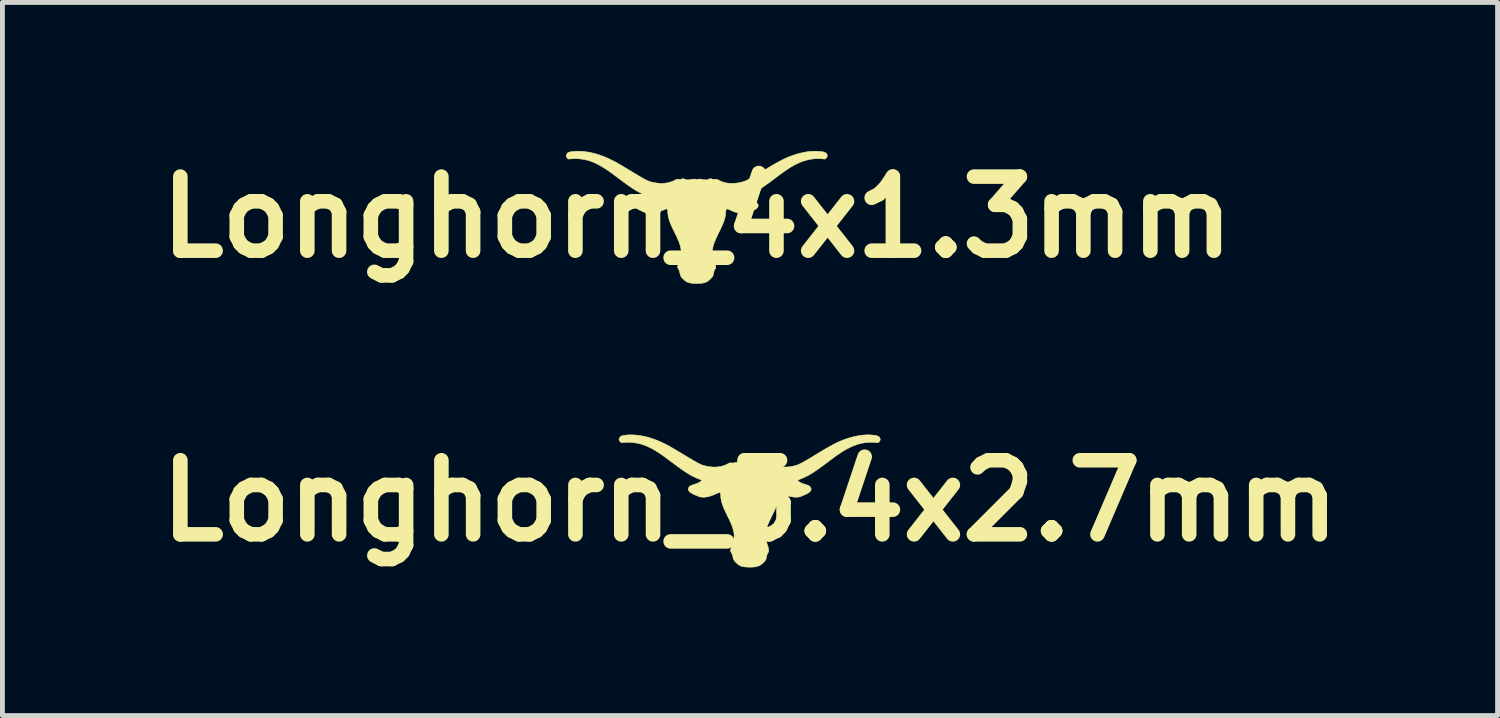
<source format=kicad_pcb>
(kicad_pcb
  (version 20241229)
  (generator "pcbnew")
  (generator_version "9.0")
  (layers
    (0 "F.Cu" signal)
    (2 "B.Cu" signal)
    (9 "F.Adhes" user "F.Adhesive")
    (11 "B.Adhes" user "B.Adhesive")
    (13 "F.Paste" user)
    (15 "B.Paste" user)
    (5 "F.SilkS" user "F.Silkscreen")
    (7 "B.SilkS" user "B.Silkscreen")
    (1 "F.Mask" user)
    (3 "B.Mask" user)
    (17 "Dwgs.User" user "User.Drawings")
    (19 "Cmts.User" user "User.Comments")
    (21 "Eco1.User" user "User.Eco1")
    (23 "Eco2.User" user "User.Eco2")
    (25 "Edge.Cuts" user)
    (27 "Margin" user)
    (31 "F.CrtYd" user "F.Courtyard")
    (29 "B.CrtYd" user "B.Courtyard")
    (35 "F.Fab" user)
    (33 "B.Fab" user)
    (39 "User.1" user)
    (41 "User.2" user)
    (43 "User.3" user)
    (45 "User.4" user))
  (footprint "Longhorn_5.4x2.7mm"
    (layer "F.Cu")
    (at 12.381 7.254)
    (property "Reference" "Longhorn_5.4x2.7mm" (at 0 0 0) (layer "F.SilkS") (effects (font (size 1.524 1.524) (thickness 0.3))))
    (attr through_hole)
    (fp_poly (pts (xy -2.409 -1.357) (xy -2.311 -1.35) (xy -2.213 -1.334) (xy -2.113 -1.312) (xy -2.013 -1.282) (xy -1.91 -1.244) (xy -1.806 -1.198) (xy -1.699 -1.145) (xy -1.656 -1.122) (xy -1.639 -1.112) (xy -1.621 -1.101) (xy -1.6 -1.089) (xy -1.576 -1.075) (xy -1.549 -1.059) (xy -1.517 -1.041) (xy -1.482 -1.019) (xy -1.441 -0.995) (xy -1.395 -0.967) (xy -1.343 -0.936) (xy -1.284 -0.9) (xy -1.274 -0.894) (xy -1.216 -0.86) (xy -1.165 -0.829) (xy -1.12 -0.804) (xy -1.082 -0.783) (xy -1.05 -0.766) (xy -1.024 -0.753) (xy -1.004 -0.744) (xy -0.947 -0.725) (xy -0.885 -0.711) (xy -0.82 -0.701) (xy -0.757 -0.695) (xy -0.707 -0.695) (xy -0.643 -0.701) (xy -0.584 -0.712) (xy -0.529 -0.728) (xy -0.474 -0.752) (xy -0.459 -0.76) (xy -0.421 -0.78) (xy -0.377 -0.779) (xy -0.355 -0.778) (xy -0.339 -0.779) (xy -0.328 -0.781) (xy -0.32 -0.784) (xy -0.32 -0.785) (xy -0.3 -0.791) (xy -0.277 -0.79) (xy -0.252 -0.781) (xy -0.25 -0.781) (xy -0.227 -0.772) (xy -0.204 -0.768) (xy -0.179 -0.768) (xy -0.149 -0.772) (xy -0.135 -0.775) (xy -0.099 -0.781) (xy -0.068 -0.784) (xy -0.042 -0.783) (xy -0.022 -0.778) (xy -0.021 -0.778) (xy -0.01 -0.774) (xy -0.001 -0.775) (xy 0.008 -0.778) (xy 0.028 -0.783) (xy 0.054 -0.784) (xy 0.085 -0.781) (xy 0.121 -0.775) (xy 0.122 -0.775) (xy 0.155 -0.769) (xy 0.183 -0.767) (xy 0.207 -0.77) (xy 0.228 -0.777) (xy 0.236 -0.781) (xy 0.261 -0.79) (xy 0.285 -0.791) (xy 0.306 -0.785) (xy 0.306 -0.784) (xy 0.315 -0.781) (xy 0.326 -0.779) (xy 0.341 -0.778) (xy 0.363 -0.778) (xy 0.364 -0.778) (xy 0.409 -0.78) (xy 0.453 -0.756) (xy 0.502 -0.734) (xy 0.55 -0.717) (xy 0.6 -0.705) (xy 0.655 -0.698) (xy 0.69 -0.696) (xy 0.753 -0.696) (xy 0.82 -0.702) (xy 0.886 -0.713) (xy 0.95 -0.73) (xy 0.959 -0.733) (xy 0.976 -0.739) (xy 0.995 -0.747) (xy 1.016 -0.756) (xy 1.04 -0.768) (xy 1.067 -0.782) (xy 1.097 -0.798) (xy 1.132 -0.818) (xy 1.171 -0.84) (xy 1.216 -0.867) (xy 1.266 -0.897) (xy 1.323 -0.931) (xy 1.361 -0.955) (xy 1.434 -0.999) (xy 1.501 -1.039) (xy 1.563 -1.075) (xy 1.619 -1.107) (xy 1.671 -1.136) (xy 1.719 -1.162) (xy 1.764 -1.185) (xy 1.806 -1.205) (xy 1.847 -1.224) (xy 1.886 -1.24) (xy 1.973 -1.273) (xy 2.06 -1.301) (xy 2.146 -1.323) (xy 2.231 -1.34) (xy 2.314 -1.352) (xy 2.395 -1.357) (xy 2.471 -1.357) (xy 2.543 -1.351) (xy 2.591 -1.344) (xy 2.616 -1.337) (xy 2.635 -1.33) (xy 2.65 -1.321) (xy 2.662 -1.308) (xy 2.666 -1.302) (xy 2.677 -1.28) (xy 2.679 -1.259) (xy 2.673 -1.237) (xy 2.658 -1.217) (xy 2.645 -1.205) (xy 2.635 -1.197) (xy 2.625 -1.195) (xy 2.614 -1.196) (xy 2.604 -1.197) (xy 2.587 -1.199) (xy 2.566 -1.201) (xy 2.543 -1.202) (xy 2.541 -1.203) (xy 2.46 -1.204) (xy 2.378 -1.198) (xy 2.294 -1.183) (xy 2.21 -1.161) (xy 2.127 -1.131) (xy 2.043 -1.093) (xy 2.026 -1.084) (xy 1.995 -1.068) (xy 1.966 -1.052) (xy 1.936 -1.034) (xy 1.906 -1.016) (xy 1.875 -0.996) (xy 1.842 -0.974) (xy 1.806 -0.949) (xy 1.766 -0.921) (xy 1.723 -0.89) (xy 1.674 -0.854) (xy 1.621 -0.814) (xy 1.577 -0.781) (xy 1.51 -0.731) (xy 1.449 -0.687) (xy 1.393 -0.647) (xy 1.341 -0.611) (xy 1.293 -0.58) (xy 1.248 -0.552) (xy 1.206 -0.527) (xy 1.165 -0.505) (xy 1.125 -0.486) (xy 1.085 -0.468) (xy 1.045 -0.452) (xy 1.032 -0.446) (xy 1.012 -0.439) (xy 0.996 -0.432) (xy 0.984 -0.426) (xy 0.978 -0.423) (xy 0.978 -0.423) (xy 0.981 -0.418) (xy 0.99 -0.41) (xy 1.002 -0.4) (xy 1.017 -0.389) (xy 1.032 -0.379) (xy 1.042 -0.373) (xy 1.055 -0.367) (xy 1.073 -0.36) (xy 1.095 -0.352) (xy 1.118 -0.344) (xy 1.124 -0.343) (xy 1.158 -0.332) (xy 1.185 -0.322) (xy 1.206 -0.313) (xy 1.221 -0.304) (xy 1.234 -0.293) (xy 1.243 -0.281) (xy 1.249 -0.27) (xy 1.257 -0.249) (xy 1.257 -0.229) (xy 1.249 -0.21) (xy 1.234 -0.189) (xy 1.227 -0.182) (xy 1.216 -0.173) (xy 1.202 -0.163) (xy 1.184 -0.153) (xy 1.161 -0.141) (xy 1.133 -0.127) (xy 1.1 -0.113) (xy 1.069 -0.099) (xy 1.043 -0.089) (xy 1.02 -0.083) (xy 0.999 -0.078) (xy 0.977 -0.076) (xy 0.953 -0.075) (xy 0.942 -0.075) (xy 0.894 -0.078) (xy 0.844 -0.086) (xy 0.792 -0.101) (xy 0.737 -0.121) (xy 0.686 -0.144) (xy 0.661 -0.156) (xy 0.642 -0.164) (xy 0.628 -0.168) (xy 0.617 -0.169) (xy 0.608 -0.166) (xy 0.603 -0.163) (xy 0.598 -0.159) (xy 0.596 -0.153) (xy 0.594 -0.143) (xy 0.592 -0.128) (xy 0.591 -0.113) (xy 0.588 -0.075) (xy 0.583 -0.04) (xy 0.577 -0.005) (xy 0.569 0.03) (xy 0.558 0.065) (xy 0.545 0.103) (xy 0.529 0.143) (xy 0.509 0.188) (xy 0.486 0.237) (xy 0.459 0.293) (xy 0.455 0.3) (xy 0.425 0.361) (xy 0.4 0.416) (xy 0.378 0.465) (xy 0.36 0.509) (xy 0.345 0.549) (xy 0.334 0.587) (xy 0.325 0.621) (xy 0.319 0.654) (xy 0.315 0.687) (xy 0.314 0.696) (xy 0.314 0.719) (xy 0.315 0.742) (xy 0.319 0.767) (xy 0.325 0.794) (xy 0.333 0.826) (xy 0.345 0.864) (xy 0.347 0.87) (xy 0.36 0.911) (xy 0.371 0.945) (xy 0.378 0.973) (xy 0.383 0.996) (xy 0.385 1.015) (xy 0.385 1.03) (xy 0.382 1.044) (xy 0.378 1.056) (xy 0.371 1.067) (xy 0.37 1.067) (xy 0.36 1.084) (xy 0.352 1.103) (xy 0.345 1.126) (xy 0.339 1.154) (xy 0.336 1.168) (xy 0.332 1.188) (xy 0.327 1.204) (xy 0.32 1.218) (xy 0.309 1.234) (xy 0.294 1.251) (xy 0.275 1.271) (xy 0.243 1.3) (xy 0.213 1.322) (xy 0.181 1.339) (xy 0.147 1.35) (xy 0.107 1.358) (xy 0.103 1.359) (xy 0.075 1.362) (xy 0.04 1.364) (xy 0.003 1.364) (xy -0.036 1.364) (xy -0.074 1.363) (xy -0.078 1.362) (xy -0.113 1.359) (xy -0.147 1.353) (xy -0.178 1.345) (xy -0.202 1.336) (xy -0.209 1.333) (xy -0.232 1.319) (xy -0.256 1.3) (xy -0.281 1.278) (xy -0.305 1.254) (xy -0.324 1.231) (xy -0.333 1.218) (xy -0.341 1.202) (xy -0.347 1.18) (xy -0.35 1.168) (xy -0.359 1.126) (xy -0.37 1.093) (xy -0.384 1.067) (xy -0.384 1.066) (xy -0.392 1.054) (xy -0.398 1.043) (xy -0.4 1.039) (xy -0.4 1.028) (xy -0.398 1.01) (xy -0.394 0.986) (xy -0.387 0.959) (xy -0.379 0.928) (xy -0.368 0.895) (xy -0.368 0.895) (xy -0.354 0.851) (xy -0.343 0.813) (xy -0.334 0.78) (xy -0.329 0.751) (xy -0.327 0.723) (xy -0.327 0.695) (xy -0.331 0.667) (xy -0.336 0.636) (xy -0.345 0.6) (xy -0.347 0.589) (xy -0.354 0.565) (xy -0.362 0.54) (xy -0.371 0.515) (xy -0.382 0.487) (xy -0.395 0.457) (xy -0.41 0.422) (xy -0.429 0.382) (xy -0.451 0.337) (xy -0.464 0.311) (xy -0.492 0.254) (xy -0.516 0.203) (xy -0.536 0.158) (xy -0.553 0.117) (xy -0.567 0.079) (xy -0.578 0.045) (xy -0.587 0.012) (xy -0.594 -0.02) (xy -0.599 -0.052) (xy -0.602 -0.085) (xy -0.604 -0.109) (xy -0.605 -0.13) (xy -0.607 -0.145) (xy -0.609 -0.154) (xy -0.611 -0.159) (xy -0.615 -0.163) (xy -0.615 -0.163) (xy -0.623 -0.167) (xy -0.632 -0.169) (xy -0.644 -0.167) (xy -0.659 -0.162) (xy -0.679 -0.153) (xy -0.7 -0.144) (xy -0.766 -0.115) (xy -0.828 -0.094) (xy -0.887 -0.08) (xy -0.943 -0.074) (xy -0.995 -0.076) (xy -1.031 -0.081) (xy -1.043 -0.085) (xy -1.062 -0.092) (xy -1.084 -0.101) (xy -1.11 -0.111) (xy -1.136 -0.123) (xy -1.162 -0.135) (xy -1.185 -0.146) (xy -1.195 -0.151) (xy -1.222 -0.168) (xy -1.245 -0.187) (xy -1.262 -0.208) (xy -1.267 -0.217) (xy -1.271 -0.227) (xy -1.273 -0.235) (xy -1.271 -0.245) (xy -1.268 -0.256) (xy -1.261 -0.274) (xy -1.25 -0.29) (xy -1.235 -0.303) (xy -1.214 -0.315) (xy -1.187 -0.326) (xy -1.153 -0.338) (xy -1.149 -0.339) (xy -1.122 -0.347) (xy -1.101 -0.354) (xy -1.084 -0.36) (xy -1.07 -0.367) (xy -1.055 -0.375) (xy -1.039 -0.385) (xy -1.034 -0.388) (xy -1.015 -0.401) (xy -1.002 -0.411) (xy -0.996 -0.418) (xy -0.997 -0.425) (xy -1.006 -0.431) (xy -1.022 -0.438) (xy -1.045 -0.446) (xy -1.083 -0.461) (xy -1.119 -0.477) (xy -1.156 -0.494) (xy -1.192 -0.512) (xy -1.23 -0.533) (xy -1.269 -0.556) (xy -1.31 -0.582) (xy -1.354 -0.611) (xy -1.402 -0.644) (xy -1.455 -0.681) (xy -1.512 -0.723) (xy -1.575 -0.77) (xy -1.587 -0.779) (xy -1.632 -0.812) (xy -1.67 -0.841) (xy -1.703 -0.866) (xy -1.732 -0.887) (xy -1.756 -0.905) (xy -1.778 -0.92) (xy -1.796 -0.934) (xy -1.813 -0.946) (xy -1.829 -0.957) (xy -1.845 -0.967) (xy -1.861 -0.978) (xy -1.877 -0.989) (xy -1.882 -0.992) (xy -1.961 -1.041) (xy -2.037 -1.084) (xy -2.111 -1.119) (xy -2.184 -1.148) (xy -2.256 -1.171) (xy -2.328 -1.187) (xy -2.401 -1.198) (xy -2.443 -1.202) (xy -2.478 -1.204) (xy -2.517 -1.204) (xy -2.557 -1.202) (xy -2.595 -1.2) (xy -2.627 -1.196) (xy -2.643 -1.196) (xy -2.658 -1.203) (xy -2.672 -1.217) (xy -2.683 -1.233) (xy -2.691 -1.247) (xy -2.695 -1.256) (xy -2.695 -1.264) (xy -2.693 -1.273) (xy -2.692 -1.276) (xy -2.685 -1.294) (xy -2.673 -1.311) (xy -2.66 -1.325) (xy -2.647 -1.333) (xy -2.625 -1.34) (xy -2.595 -1.346) (xy -2.561 -1.351) (xy -2.523 -1.355) (xy -2.484 -1.357) (xy -2.444 -1.358) (xy -2.409 -1.357)) (stroke (width 0.01) (type solid)) (fill yes) (layer "F.SilkS")))
  (footprint "Longhorn_4x1.3mm"
    (layer "F.Cu")
    (at 11.292 1.418)
    (property "Reference" "Longhorn_4x1.3mm" (at 0 0 0) (layer "F.SilkS") (effects (font (size 1.524 1.524) (thickness 0.3))))
    (attr through_hole)
    (fp_poly (pts (xy -2.409 -1.357) (xy -2.311 -1.35) (xy -2.213 -1.334) (xy -2.113 -1.312) (xy -2.013 -1.282) (xy -1.91 -1.244) (xy -1.806 -1.198) (xy -1.699 -1.145) (xy -1.656 -1.122) (xy -1.639 -1.112) (xy -1.621 -1.101) (xy -1.6 -1.089) (xy -1.576 -1.075) (xy -1.549 -1.059) (xy -1.517 -1.041) (xy -1.482 -1.019) (xy -1.441 -0.995) (xy -1.395 -0.967) (xy -1.343 -0.936) (xy -1.284 -0.9) (xy -1.274 -0.894) (xy -1.216 -0.86) (xy -1.165 -0.829) (xy -1.12 -0.804) (xy -1.082 -0.783) (xy -1.05 -0.766) (xy -1.024 -0.753) (xy -1.004 -0.744) (xy -0.947 -0.725) (xy -0.885 -0.711) (xy -0.82 -0.701) (xy -0.757 -0.695) (xy -0.707 -0.695) (xy -0.643 -0.701) (xy -0.584 -0.712) (xy -0.529 -0.728) (xy -0.474 -0.752) (xy -0.459 -0.76) (xy -0.421 -0.78) (xy -0.377 -0.779) (xy -0.355 -0.778) (xy -0.339 -0.779) (xy -0.328 -0.781) (xy -0.32 -0.784) (xy -0.32 -0.785) (xy -0.3 -0.791) (xy -0.277 -0.79) (xy -0.252 -0.781) (xy -0.25 -0.781) (xy -0.227 -0.772) (xy -0.204 -0.768) (xy -0.179 -0.768) (xy -0.149 -0.772) (xy -0.135 -0.775) (xy -0.099 -0.781) (xy -0.068 -0.784) (xy -0.042 -0.783) (xy -0.022 -0.778) (xy -0.021 -0.778) (xy -0.01 -0.774) (xy -0.001 -0.775) (xy 0.008 -0.778) (xy 0.028 -0.783) (xy 0.054 -0.784) (xy 0.085 -0.781) (xy 0.121 -0.775) (xy 0.122 -0.775) (xy 0.155 -0.769) (xy 0.183 -0.767) (xy 0.207 -0.77) (xy 0.228 -0.777) (xy 0.236 -0.781) (xy 0.261 -0.79) (xy 0.285 -0.791) (xy 0.306 -0.785) (xy 0.306 -0.784) (xy 0.315 -0.781) (xy 0.326 -0.779) (xy 0.341 -0.778) (xy 0.363 -0.778) (xy 0.364 -0.778) (xy 0.409 -0.78) (xy 0.453 -0.756) (xy 0.502 -0.734) (xy 0.55 -0.717) (xy 0.6 -0.705) (xy 0.655 -0.698) (xy 0.69 -0.696) (xy 0.753 -0.696) (xy 0.82 -0.702) (xy 0.886 -0.713) (xy 0.95 -0.73) (xy 0.959 -0.733) (xy 0.976 -0.739) (xy 0.995 -0.747) (xy 1.016 -0.756) (xy 1.04 -0.768) (xy 1.067 -0.782) (xy 1.097 -0.798) (xy 1.132 -0.818) (xy 1.171 -0.84) (xy 1.216 -0.867) (xy 1.266 -0.897) (xy 1.323 -0.931) (xy 1.361 -0.955) (xy 1.434 -0.999) (xy 1.501 -1.039) (xy 1.563 -1.075) (xy 1.619 -1.107) (xy 1.671 -1.136) (xy 1.719 -1.162) (xy 1.764 -1.185) (xy 1.806 -1.205) (xy 1.847 -1.224) (xy 1.886 -1.24) (xy 1.973 -1.273) (xy 2.06 -1.301) (xy 2.146 -1.323) (xy 2.231 -1.34) (xy 2.314 -1.352) (xy 2.395 -1.357) (xy 2.471 -1.357) (xy 2.543 -1.351) (xy 2.591 -1.344) (xy 2.616 -1.337) (xy 2.635 -1.33) (xy 2.65 -1.321) (xy 2.662 -1.308) (xy 2.666 -1.302) (xy 2.677 -1.28) (xy 2.679 -1.259) (xy 2.673 -1.237) (xy 2.658 -1.217) (xy 2.645 -1.205) (xy 2.635 -1.197) (xy 2.625 -1.195) (xy 2.614 -1.196) (xy 2.604 -1.197) (xy 2.587 -1.199) (xy 2.566 -1.201) (xy 2.543 -1.202) (xy 2.541 -1.203) (xy 2.46 -1.204) (xy 2.378 -1.198) (xy 2.294 -1.183) (xy 2.21 -1.161) (xy 2.127 -1.131) (xy 2.043 -1.093) (xy 2.026 -1.084) (xy 1.995 -1.068) (xy 1.966 -1.052) (xy 1.936 -1.034) (xy 1.906 -1.016) (xy 1.875 -0.996) (xy 1.842 -0.974) (xy 1.806 -0.949) (xy 1.766 -0.921) (xy 1.723 -0.89) (xy 1.674 -0.854) (xy 1.621 -0.814) (xy 1.577 -0.781) (xy 1.51 -0.731) (xy 1.449 -0.687) (xy 1.393 -0.647) (xy 1.341 -0.611) (xy 1.293 -0.58) (xy 1.248 -0.552) (xy 1.206 -0.527) (xy 1.165 -0.505) (xy 1.125 -0.486) (xy 1.085 -0.468) (xy 1.045 -0.452) (xy 1.032 -0.446) (xy 1.012 -0.439) (xy 0.996 -0.432) (xy 0.984 -0.426) (xy 0.978 -0.423) (xy 0.978 -0.423) (xy 0.981 -0.418) (xy 0.99 -0.41) (xy 1.002 -0.4) (xy 1.017 -0.389) (xy 1.032 -0.379) (xy 1.042 -0.373) (xy 1.055 -0.367) (xy 1.073 -0.36) (xy 1.095 -0.352) (xy 1.118 -0.344) (xy 1.124 -0.343) (xy 1.158 -0.332) (xy 1.185 -0.322) (xy 1.206 -0.313) (xy 1.221 -0.304) (xy 1.234 -0.293) (xy 1.243 -0.281) (xy 1.249 -0.27) (xy 1.257 -0.249) (xy 1.257 -0.229) (xy 1.249 -0.21) (xy 1.234 -0.189) (xy 1.227 -0.182) (xy 1.216 -0.173) (xy 1.202 -0.163) (xy 1.184 -0.153) (xy 1.161 -0.141) (xy 1.133 -0.127) (xy 1.1 -0.113) (xy 1.069 -0.099) (xy 1.043 -0.089) (xy 1.02 -0.083) (xy 0.999 -0.078) (xy 0.977 -0.076) (xy 0.953 -0.075) (xy 0.942 -0.075) (xy 0.894 -0.078) (xy 0.844 -0.086) (xy 0.792 -0.101) (xy 0.737 -0.121) (xy 0.686 -0.144) (xy 0.661 -0.156) (xy 0.642 -0.164) (xy 0.628 -0.168) (xy 0.617 -0.169) (xy 0.608 -0.166) (xy 0.603 -0.163) (xy 0.598 -0.159) (xy 0.596 -0.153) (xy 0.594 -0.143) (xy 0.592 -0.128) (xy 0.591 -0.113) (xy 0.588 -0.075) (xy 0.583 -0.04) (xy 0.577 -0.005) (xy 0.569 0.03) (xy 0.558 0.065) (xy 0.545 0.103) (xy 0.529 0.143) (xy 0.509 0.188) (xy 0.486 0.237) (xy 0.459 0.293) (xy 0.455 0.3) (xy 0.425 0.361) (xy 0.4 0.416) (xy 0.378 0.465) (xy 0.36 0.509) (xy 0.345 0.549) (xy 0.334 0.587) (xy 0.325 0.621) (xy 0.319 0.654) (xy 0.315 0.687) (xy 0.314 0.696) (xy 0.314 0.719) (xy 0.315 0.742) (xy 0.319 0.767) (xy 0.325 0.794) (xy 0.333 0.826) (xy 0.345 0.864) (xy 0.347 0.87) (xy 0.36 0.911) (xy 0.371 0.945) (xy 0.378 0.973) (xy 0.383 0.996) (xy 0.385 1.015) (xy 0.385 1.03) (xy 0.382 1.044) (xy 0.378 1.056) (xy 0.371 1.067) (xy 0.37 1.067) (xy 0.36 1.084) (xy 0.352 1.103) (xy 0.345 1.126) (xy 0.339 1.154) (xy 0.336 1.168) (xy 0.332 1.188) (xy 0.327 1.204) (xy 0.32 1.218) (xy 0.309 1.234) (xy 0.294 1.251) (xy 0.275 1.271) (xy 0.243 1.3) (xy 0.213 1.322) (xy 0.181 1.339) (xy 0.147 1.35) (xy 0.107 1.358) (xy 0.103 1.359) (xy 0.075 1.362) (xy 0.04 1.364) (xy 0.003 1.364) (xy -0.036 1.364) (xy -0.074 1.363) (xy -0.078 1.362) (xy -0.113 1.359) (xy -0.147 1.353) (xy -0.178 1.345) (xy -0.202 1.336) (xy -0.209 1.333) (xy -0.232 1.319) (xy -0.256 1.3) (xy -0.281 1.278) (xy -0.305 1.254) (xy -0.324 1.231) (xy -0.333 1.218) (xy -0.341 1.202) (xy -0.347 1.18) (xy -0.35 1.168) (xy -0.359 1.126) (xy -0.37 1.093) (xy -0.384 1.067) (xy -0.384 1.066) (xy -0.392 1.054) (xy -0.398 1.043) (xy -0.4 1.039) (xy -0.4 1.028) (xy -0.398 1.01) (xy -0.394 0.986) (xy -0.387 0.959) (xy -0.379 0.928) (xy -0.368 0.895) (xy -0.368 0.895) (xy -0.354 0.851) (xy -0.343 0.813) (xy -0.334 0.78) (xy -0.329 0.751) (xy -0.327 0.723) (xy -0.327 0.695) (xy -0.331 0.667) (xy -0.336 0.636) (xy -0.345 0.6) (xy -0.347 0.589) (xy -0.354 0.565) (xy -0.362 0.54) (xy -0.371 0.515) (xy -0.382 0.487) (xy -0.395 0.457) (xy -0.41 0.422) (xy -0.429 0.382) (xy -0.451 0.337) (xy -0.464 0.311) (xy -0.492 0.254) (xy -0.516 0.203) (xy -0.536 0.158) (xy -0.553 0.117) (xy -0.567 0.079) (xy -0.578 0.045) (xy -0.587 0.012) (xy -0.594 -0.02) (xy -0.599 -0.052) (xy -0.602 -0.085) (xy -0.604 -0.109) (xy -0.605 -0.13) (xy -0.607 -0.145) (xy -0.609 -0.154) (xy -0.611 -0.159) (xy -0.615 -0.163) (xy -0.615 -0.163) (xy -0.623 -0.167) (xy -0.632 -0.169) (xy -0.644 -0.167) (xy -0.659 -0.162) (xy -0.679 -0.153) (xy -0.7 -0.144) (xy -0.766 -0.115) (xy -0.828 -0.094) (xy -0.887 -0.08) (xy -0.943 -0.074) (xy -0.995 -0.076) (xy -1.031 -0.081) (xy -1.043 -0.085) (xy -1.062 -0.092) (xy -1.084 -0.101) (xy -1.11 -0.111) (xy -1.136 -0.123) (xy -1.162 -0.135) (xy -1.185 -0.146) (xy -1.195 -0.151) (xy -1.222 -0.168) (xy -1.245 -0.187) (xy -1.262 -0.208) (xy -1.267 -0.217) (xy -1.271 -0.227) (xy -1.273 -0.235) (xy -1.271 -0.245) (xy -1.268 -0.256) (xy -1.261 -0.274) (xy -1.25 -0.29) (xy -1.235 -0.303) (xy -1.214 -0.315) (xy -1.187 -0.326) (xy -1.153 -0.338) (xy -1.149 -0.339) (xy -1.122 -0.347) (xy -1.101 -0.354) (xy -1.084 -0.36) (xy -1.07 -0.367) (xy -1.055 -0.375) (xy -1.039 -0.385) (xy -1.034 -0.388) (xy -1.015 -0.401) (xy -1.002 -0.411) (xy -0.996 -0.418) (xy -0.997 -0.425) (xy -1.006 -0.431) (xy -1.022 -0.438) (xy -1.045 -0.446) (xy -1.083 -0.461) (xy -1.119 -0.477) (xy -1.156 -0.494) (xy -1.192 -0.512) (xy -1.23 -0.533) (xy -1.269 -0.556) (xy -1.31 -0.582) (xy -1.354 -0.611) (xy -1.402 -0.644) (xy -1.455 -0.681) (xy -1.512 -0.723) (xy -1.575 -0.77) (xy -1.587 -0.779) (xy -1.632 -0.812) (xy -1.67 -0.841) (xy -1.703 -0.866) (xy -1.732 -0.887) (xy -1.756 -0.905) (xy -1.778 -0.92) (xy -1.796 -0.934) (xy -1.813 -0.946) (xy -1.829 -0.957) (xy -1.845 -0.967) (xy -1.861 -0.978) (xy -1.877 -0.989) (xy -1.882 -0.992) (xy -1.961 -1.041) (xy -2.037 -1.084) (xy -2.111 -1.119) (xy -2.184 -1.148) (xy -2.256 -1.171) (xy -2.328 -1.187) (xy -2.401 -1.198) (xy -2.443 -1.202) (xy -2.478 -1.204) (xy -2.517 -1.204) (xy -2.557 -1.202) (xy -2.595 -1.2) (xy -2.627 -1.196) (xy -2.643 -1.196) (xy -2.658 -1.203) (xy -2.672 -1.217) (xy -2.683 -1.233) (xy -2.691 -1.247) (xy -2.695 -1.256) (xy -2.695 -1.264) (xy -2.693 -1.273) (xy -2.692 -1.276) (xy -2.685 -1.294) (xy -2.673 -1.311) (xy -2.66 -1.325) (xy -2.647 -1.333) (xy -2.625 -1.34) (xy -2.595 -1.346) (xy -2.561 -1.351) (xy -2.523 -1.355) (xy -2.484 -1.357) (xy -2.444 -1.358) (xy -2.409 -1.357)) (stroke (width 0.01) (type solid)) (fill yes) (layer "F.SilkS")))
  (gr_rect
    (start -3 -3)
    (end 27.761 11.672)
    (stroke (width 0.1) (type default))
    (fill no)
    (layer "Edge.Cuts")))
</source>
